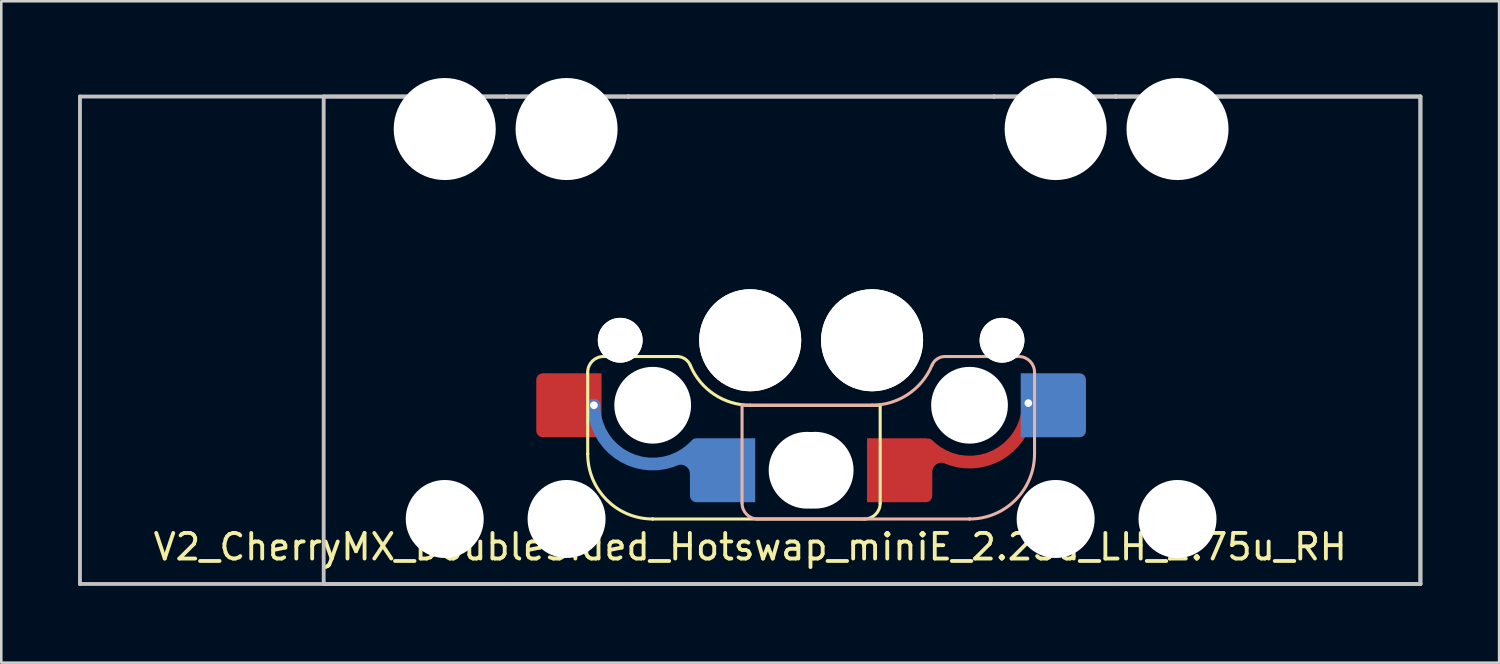
<source format=kicad_pcb>
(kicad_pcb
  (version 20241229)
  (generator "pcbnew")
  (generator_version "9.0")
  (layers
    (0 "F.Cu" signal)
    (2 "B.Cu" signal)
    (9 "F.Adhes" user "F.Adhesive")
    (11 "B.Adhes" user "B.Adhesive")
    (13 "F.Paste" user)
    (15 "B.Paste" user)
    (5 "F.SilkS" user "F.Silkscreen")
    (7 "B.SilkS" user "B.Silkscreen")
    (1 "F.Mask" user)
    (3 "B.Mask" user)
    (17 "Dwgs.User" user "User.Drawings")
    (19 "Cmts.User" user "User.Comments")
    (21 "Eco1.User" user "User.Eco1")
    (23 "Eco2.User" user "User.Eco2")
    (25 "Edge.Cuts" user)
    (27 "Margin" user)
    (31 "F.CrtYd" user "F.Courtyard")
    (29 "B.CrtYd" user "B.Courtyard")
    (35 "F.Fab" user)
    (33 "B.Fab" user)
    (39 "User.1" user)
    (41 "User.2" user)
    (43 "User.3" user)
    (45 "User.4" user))
  (footprint "V2_CherryMX_DoubleSided_Hotswap_miniE_2.25u_LH_2.75u_RH"
    (layer "F.Cu")
    (at 26.269 9.924)
    (property "Reference" "V2_CherryMX_DoubleSided_Hotswap_miniE_2.25u_LH_2.75u_RH" (at 0 8.4 0) (layer "F.SilkS") (effects (font (size 1 1) (thickness 0.15))))
    (attr smd)
    (fp_line (start -6.35 4.769) (end -6.35 1.584) (stroke (width 0.12) (type solid)) (layer "F.SilkS"))
    (fp_line (start -6.35 4.769) (end -6.35 4.769) (stroke (width 0.12) (type solid)) (layer "F.SilkS"))
    (fp_line (start -5.73 0.959) (end -2.84 0.959) (stroke (width 0.12) (type solid)) (layer "F.SilkS"))
    (fp_line (start -3.81 7.309) (end -3.81 7.309) (stroke (width 0.12) (type solid)) (layer "F.SilkS"))
    (fp_line (start -3.81 7.309) (end 4.46 7.309) (stroke (width 0.12) (type solid)) (layer "F.SilkS"))
    (fp_line (start 0 2.864) (end 0 2.864) (stroke (width 0.12) (type solid)) (layer "F.SilkS"))
    (fp_line (start 0 2.864) (end 5.08 2.864) (stroke (width 0.12) (type solid)) (layer "F.SilkS"))
    (fp_line (start 5.08 2.864) (end 5.08 2.864) (stroke (width 0.12) (type solid)) (layer "F.SilkS"))
    (fp_line (start 5.08 2.864) (end 5.08 2.864) (stroke (width 0.12) (type solid)) (layer "F.SilkS"))
    (fp_line (start 5.08 6.694) (end 5.08 2.864) (stroke (width 0.12) (type solid)) (layer "F.SilkS"))
    (fp_arc (start -6.35 1.57445) (mid -6.169871 1.139579) (end -5.735 0.95945) (stroke (width 0.12) (type default)) (layer "F.SilkS"))
    (fp_arc (start -3.81 7.30945) (mid -5.606051 6.565501) (end -6.35 4.76945) (stroke (width 0.12) (type solid)) (layer "F.SilkS"))
    (fp_arc (start -2.840072 0.95945) (mid -2.539136 1.058774) (end -2.34 1.305295) (stroke (width 0.12) (type default)) (layer "F.SilkS"))
    (fp_arc (start 0 2.86445) (mid -1.405313 2.439652) (end -2.34 1.307522) (stroke (width 0.12) (type solid)) (layer "F.SilkS"))
    (fp_arc (start 5.080129 6.69445) (mid 4.899999 7.12932) (end 4.465129 7.30945) (stroke (width 0.12) (type default)) (layer "F.SilkS"))
    (fp_line (start -0.318 2.864) (end -0.318 2.864) (stroke (width 0.12) (type solid)) (layer "B.SilkS"))
    (fp_line (start -0.318 2.864) (end -0.318 2.864) (stroke (width 0.12) (type solid)) (layer "B.SilkS"))
    (fp_line (start -0.318 6.684) (end -0.318 2.864) (stroke (width 0.12) (type solid)) (layer "B.SilkS"))
    (fp_line (start 0.302 7.309) (end 8.572 7.309) (stroke (width 0.12) (type solid)) (layer "B.SilkS"))
    (fp_line (start 4.763 2.864) (end -0.318 2.864) (stroke (width 0.12) (type solid)) (layer "B.SilkS"))
    (fp_line (start 4.763 2.864) (end 4.763 2.864) (stroke (width 0.12) (type solid)) (layer "B.SilkS"))
    (fp_line (start 7.622 0.959) (end 10.482 0.959) (stroke (width 0.12) (type solid)) (layer "B.SilkS"))
    (fp_line (start 8.572 7.309) (end 8.572 7.309) (stroke (width 0.12) (type solid)) (layer "B.SilkS"))
    (fp_line (start 11.113 1.574) (end 11.113 4.769) (stroke (width 0.12) (type solid)) (layer "B.SilkS"))
    (fp_line (start 11.113 4.769) (end 11.113 4.769) (stroke (width 0.12) (type solid)) (layer "B.SilkS"))
    (fp_arc (start 0.2975 7.30945) (mid -0.137371 7.129321) (end -0.3175 6.69445) (stroke (width 0.12) (type default)) (layer "B.SilkS"))
    (fp_arc (start 7.1025 1.30445) (mid 6.167813 2.43658) (end 4.7625 2.861378) (stroke (width 0.12) (type solid)) (layer "B.SilkS"))
    (fp_arc (start 7.1025 1.30445) (mid 7.309883 1.052341) (end 7.622499 0.958313) (stroke (width 0.12) (type default)) (layer "B.SilkS"))
    (fp_arc (start 10.497629 0.95945) (mid 10.932516 1.139584) (end 11.112629 1.57445) (stroke (width 0.12) (type default)) (layer "B.SilkS"))
    (fp_arc (start 11.1125 4.76945) (mid 10.368551 6.565501) (end 8.5725 7.30945) (stroke (width 0.12) (type solid)) (layer "B.SilkS"))
    (fp_line (start -26.194 -9.201) (end 26.194 -9.201) (stroke (width 0.15) (type solid)) (layer "Dwgs.User"))
    (fp_line (start -26.194 9.849) (end -26.194 -9.201) (stroke (width 0.15) (type solid)) (layer "Dwgs.User"))
    (fp_line (start -16.669 -9.201) (end 26.194 -9.201) (stroke (width 0.15) (type solid)) (layer "Dwgs.User"))
    (fp_line (start -16.669 9.849) (end -16.669 -9.201) (stroke (width 0.15) (type solid)) (layer "Dwgs.User"))
    (fp_line (start -9.525 -9.201) (end -9.525 -9.201) (stroke (width 0.15) (type solid)) (layer "Dwgs.User"))
    (fp_line (start -9.525 -9.201) (end -9.525 -9.201) (stroke (width 0.15) (type solid)) (layer "Dwgs.User"))
    (fp_line (start -9.525 -9.201) (end -9.525 -9.201) (stroke (width 0.15) (type solid)) (layer "Dwgs.User"))
    (fp_line (start -9.525 -9.201) (end -9.525 -9.201) (stroke (width 0.15) (type solid)) (layer "Dwgs.User"))
    (fp_line (start -9.525 9.849) (end -9.525 9.849) (stroke (width 0.15) (type solid)) (layer "Dwgs.User"))
    (fp_line (start -9.525 9.849) (end -9.525 9.849) (stroke (width 0.15) (type solid)) (layer "Dwgs.User"))
    (fp_line (start -9.525 9.849) (end -9.525 9.849) (stroke (width 0.15) (type solid)) (layer "Dwgs.User"))
    (fp_line (start -9.525 9.849) (end -9.525 9.849) (stroke (width 0.15) (type solid)) (layer "Dwgs.User"))
    (fp_line (start -4.763 -9.201) (end -4.763 -9.201) (stroke (width 0.15) (type solid)) (layer "Dwgs.User"))
    (fp_line (start -4.763 -9.201) (end -4.763 -9.201) (stroke (width 0.15) (type solid)) (layer "Dwgs.User"))
    (fp_line (start -4.763 -9.201) (end -4.763 -9.201) (stroke (width 0.15) (type solid)) (layer "Dwgs.User"))
    (fp_line (start -4.763 -9.201) (end -4.763 -9.201) (stroke (width 0.15) (type solid)) (layer "Dwgs.User"))
    (fp_line (start -4.763 9.849) (end -4.763 9.849) (stroke (width 0.15) (type solid)) (layer "Dwgs.User"))
    (fp_line (start -4.763 9.849) (end -4.763 9.849) (stroke (width 0.15) (type solid)) (layer "Dwgs.User"))
    (fp_line (start -4.763 9.849) (end -4.763 9.849) (stroke (width 0.15) (type solid)) (layer "Dwgs.User"))
    (fp_line (start -4.763 9.849) (end -4.763 9.849) (stroke (width 0.15) (type solid)) (layer "Dwgs.User"))
    (fp_line (start 9.525 -9.201) (end 9.525 -9.201) (stroke (width 0.15) (type solid)) (layer "Dwgs.User"))
    (fp_line (start 9.525 -9.201) (end 9.525 -9.201) (stroke (width 0.15) (type solid)) (layer "Dwgs.User"))
    (fp_line (start 9.525 -9.201) (end 9.525 -9.201) (stroke (width 0.15) (type solid)) (layer "Dwgs.User"))
    (fp_line (start 9.525 -9.201) (end 9.525 -9.201) (stroke (width 0.15) (type solid)) (layer "Dwgs.User"))
    (fp_line (start 9.525 9.849) (end 9.525 9.849) (stroke (width 0.15) (type solid)) (layer "Dwgs.User"))
    (fp_line (start 9.525 9.849) (end 9.525 9.849) (stroke (width 0.15) (type solid)) (layer "Dwgs.User"))
    (fp_line (start 9.525 9.849) (end 9.525 9.849) (stroke (width 0.15) (type solid)) (layer "Dwgs.User"))
    (fp_line (start 9.525 9.849) (end 9.525 9.849) (stroke (width 0.15) (type solid)) (layer "Dwgs.User"))
    (fp_line (start 14.287 -9.201) (end 14.287 -9.201) (stroke (width 0.15) (type solid)) (layer "Dwgs.User"))
    (fp_line (start 14.287 -9.201) (end 14.287 -9.201) (stroke (width 0.15) (type solid)) (layer "Dwgs.User"))
    (fp_line (start 14.287 -9.201) (end 14.287 -9.201) (stroke (width 0.15) (type solid)) (layer "Dwgs.User"))
    (fp_line (start 14.287 -9.201) (end 14.287 -9.201) (stroke (width 0.15) (type solid)) (layer "Dwgs.User"))
    (fp_line (start 14.287 9.849) (end 14.287 9.849) (stroke (width 0.15) (type solid)) (layer "Dwgs.User"))
    (fp_line (start 14.287 9.849) (end 14.287 9.849) (stroke (width 0.15) (type solid)) (layer "Dwgs.User"))
    (fp_line (start 14.287 9.849) (end 14.287 9.849) (stroke (width 0.15) (type solid)) (layer "Dwgs.User"))
    (fp_line (start 14.287 9.849) (end 14.287 9.849) (stroke (width 0.15) (type solid)) (layer "Dwgs.User"))
    (fp_line (start 26.194 -9.201) (end 26.194 9.849) (stroke (width 0.15) (type solid)) (layer "Dwgs.User"))
    (fp_line (start 26.194 -9.201) (end 26.194 9.849) (stroke (width 0.15) (type solid)) (layer "Dwgs.User"))
    (fp_line (start 26.194 9.849) (end -26.194 9.849) (stroke (width 0.15) (type solid)) (layer "Dwgs.User"))
    (fp_line (start 26.194 9.849) (end -16.669 9.849) (stroke (width 0.15) (type solid)) (layer "Dwgs.User"))
    (fp_line (start -9.525 9.849) (end -9.525 -9.201) (stroke (width 0.15) (type solid)) (layer "User.2"))
    (fp_line (start -4.763 9.849) (end -4.763 -9.201) (stroke (width 0.15) (type solid)) (layer "User.2"))
    (fp_line (start 9.525 -9.201) (end -9.525 -9.201) (stroke (width 0.15) (type solid)) (layer "User.2"))
    (fp_line (start 9.525 9.849) (end -9.525 9.849) (stroke (width 0.15) (type solid)) (layer "User.2"))
    (fp_line (start 9.525 9.849) (end 9.525 -9.201) (stroke (width 0.15) (type solid)) (layer "User.2"))
    (fp_line (start 14.287 -9.201) (end -4.763 -9.201) (stroke (width 0.15) (type solid)) (layer "User.2"))
    (fp_line (start 14.287 9.849) (end -4.763 9.849) (stroke (width 0.15) (type solid)) (layer "User.2"))
    (fp_line (start 14.287 9.849) (end 14.287 -9.201) (stroke (width 0.15) (type solid)) (layer "User.2"))
    (pad "" np_thru_hole circle (at -11.938 -7.931) (size 3.988 3.988) (drill 3.988) (layers "*.Cu" "*.Mask"))
    (pad "" np_thru_hole circle (at -11.938 7.309) (size 3.048 3.048) (drill 3.048) (layers "*.Cu" "*.Mask"))
    (pad "" np_thru_hole circle (at -7.176 -7.931) (size 3.988 3.988) (drill 3.988) (layers "*.Cu" "*.Mask"))
    (pad "" np_thru_hole circle (at -7.176 7.309) (size 3.048 3.048) (drill 3.048) (layers "*.Cu" "*.Mask"))
    (pad "" np_thru_hole circle (at -5.08 0.324 180) (size 1.75 1.75) (drill 1.75) (layers "*.Cu" "*.Mask"))
    (pad "" np_thru_hole circle (at -5.08 0.324 180) (size 1.75 1.75) (drill 1.75) (layers "*.Cu" "*.Mask"))
    (pad "" np_thru_hole circle (at -3.81 2.864 180) (size 3 3) (drill 3) (layers "*.Cu" "*.Mask"))
    (pad "" np_thru_hole circle (at -0.318 0.324 180) (size 1.75 1.75) (drill 1.75) (layers "*.Cu" "*.Mask"))
    (pad "" np_thru_hole circle (at -0.318 0.324 180) (size 1.75 1.75) (drill 1.75) (layers "*.Cu" "*.Mask"))
    (pad "" np_thru_hole circle (at 0 0.324 180) (size 3.988 3.988) (drill 3.988) (layers "*.Cu" "*.Mask"))
    (pad "" np_thru_hole circle (at 0 0.324 180) (size 3.988 3.988) (drill 3.988) (layers "*.Cu" "*.Mask"))
    (pad "" np_thru_hole circle (at 2.223 5.404 180) (size 3 3) (drill 3) (layers "*.Cu" "*.Mask"))
    (pad "" np_thru_hole circle (at 2.54 5.404 180) (size 3 3) (drill 3) (layers "*.Cu" "*.Mask"))
    (pad "" np_thru_hole circle (at 4.763 0.324 180) (size 3.988 3.988) (drill 3.988) (layers "*.Cu" "*.Mask"))
    (pad "" np_thru_hole circle (at 4.763 0.324 180) (size 3.988 3.988) (drill 3.988) (layers "*.Cu" "*.Mask"))
    (pad "" np_thru_hole circle (at 5.08 0.324 180) (size 1.75 1.75) (drill 1.75) (layers "*.Cu" "*.Mask"))
    (pad "" np_thru_hole circle (at 5.08 0.324 180) (size 1.75 1.75) (drill 1.75) (layers "*.Cu" "*.Mask"))
    (pad "" np_thru_hole circle (at 8.572 2.864 180) (size 3 3) (drill 3) (layers "*.Cu" "*.Mask"))
    (pad "" np_thru_hole circle (at 9.842 0.324 180) (size 1.75 1.75) (drill 1.75) (layers "*.Cu" "*.Mask"))
    (pad "" np_thru_hole circle (at 9.842 0.324 180) (size 1.75 1.75) (drill 1.75) (layers "*.Cu" "*.Mask"))
    (pad "" np_thru_hole circle (at 11.938 -7.931) (size 3.988 3.988) (drill 3.988) (layers "*.Cu" "*.Mask"))
    (pad "" np_thru_hole circle (at 11.938 7.309) (size 3.048 3.048) (drill 3.048) (layers "*.Cu" "*.Mask"))
    (pad "" np_thru_hole circle (at 16.701 -7.931) (size 3.988 3.988) (drill 3.988) (layers "*.Cu" "*.Mask"))
    (pad "" np_thru_hole circle (at 16.701 7.309) (size 3.048 3.048) (drill 3.048) (layers "*.Cu" "*.Mask"))
    (pad "5" smd roundrect (at -7.085 2.864 180) (size 2.55 2.5) (layers "F.Cu" "F.Mask" "F.Paste") (roundrect_rratio 0.1) (chamfer_ratio 0) (chamfer top_left bottom_left))
    (pad "5" thru_hole circle (at -6.107 2.864) (size 0.5 0.5) (drill 0.3) (layers "*.Cu" "*.Mask"))
    (pad "5" smd custom (at -1.079 5.404 180) (size 2.5 2.5) (layers "B.Cu" "B.Mask" "B.Paste") (options (anchor circle)) (primitives (gr_arc (start 1.106609 0.916108) (mid 3.609344 0.418284) (end 5.027029 2.54) (width 0.5)) (gr_arc (start 1.830888 0.431692) (mid 1.270496 0.344452) (end 1.028519 -0.168479) (width 0.5)) (gr_poly (pts (xy -1.275 -1.25) (xy 1.025 -1.25) (xy 1.121 -1.231) (xy 1.202 -1.177) (xy 1.256 -1.096) (xy 1.275 -1) (xy 1.275 1) (xy 1.256 1.096) (xy 1.202 1.177) (xy 1.121 1.231) (xy 1.025 1.25) (xy -1.275 1.25)) (width 0) (fill yes))))
    (pad "6" smd custom (at 5.842 5.404 180) (size 2.5 2.5) (layers "F.Cu" "F.Mask" "F.Paste") (options (anchor circle)) (primitives (gr_poly (pts (xy -1.275 -1) (xy -1.256 -1.096) (xy -1.202 -1.177) (xy -1.121 -1.231) (xy -1.025 -1.25) (xy 1.275 -1.25) (xy 1.275 1.25) (xy -1.025 1.25) (xy -1.121 1.231) (xy -1.202 1.177) (xy -1.256 1.096) (xy -1.275 1)) (width 0) (fill yes)) (gr_arc (start -5.025683 2.616166) (mid -3.608 0.49445) (end -1.105266 0.992274) (width 0.5)) (gr_arc (start -1.027185 -0.092313) (mid -1.269157 0.420616) (end -1.829545 0.507859) (width 0.5))))
    (pad "6" thru_hole circle (at 10.87 2.78) (size 0.5 0.5) (drill 0.3) (layers "*.Cu" "*.Mask"))
    (pad "6" smd roundrect (at 11.848 2.864 180) (size 2.55 2.5) (layers "B.Cu" "B.Mask" "B.Paste") (roundrect_rratio 0.1) (chamfer_ratio 0) (chamfer top_right bottom_right)))
  (gr_rect
    (start -3 -3)
    (end 55.538 22.849)
    (stroke (width 0.1) (type default))
    (fill no)
    (layer "Edge.Cuts")))
</source>
